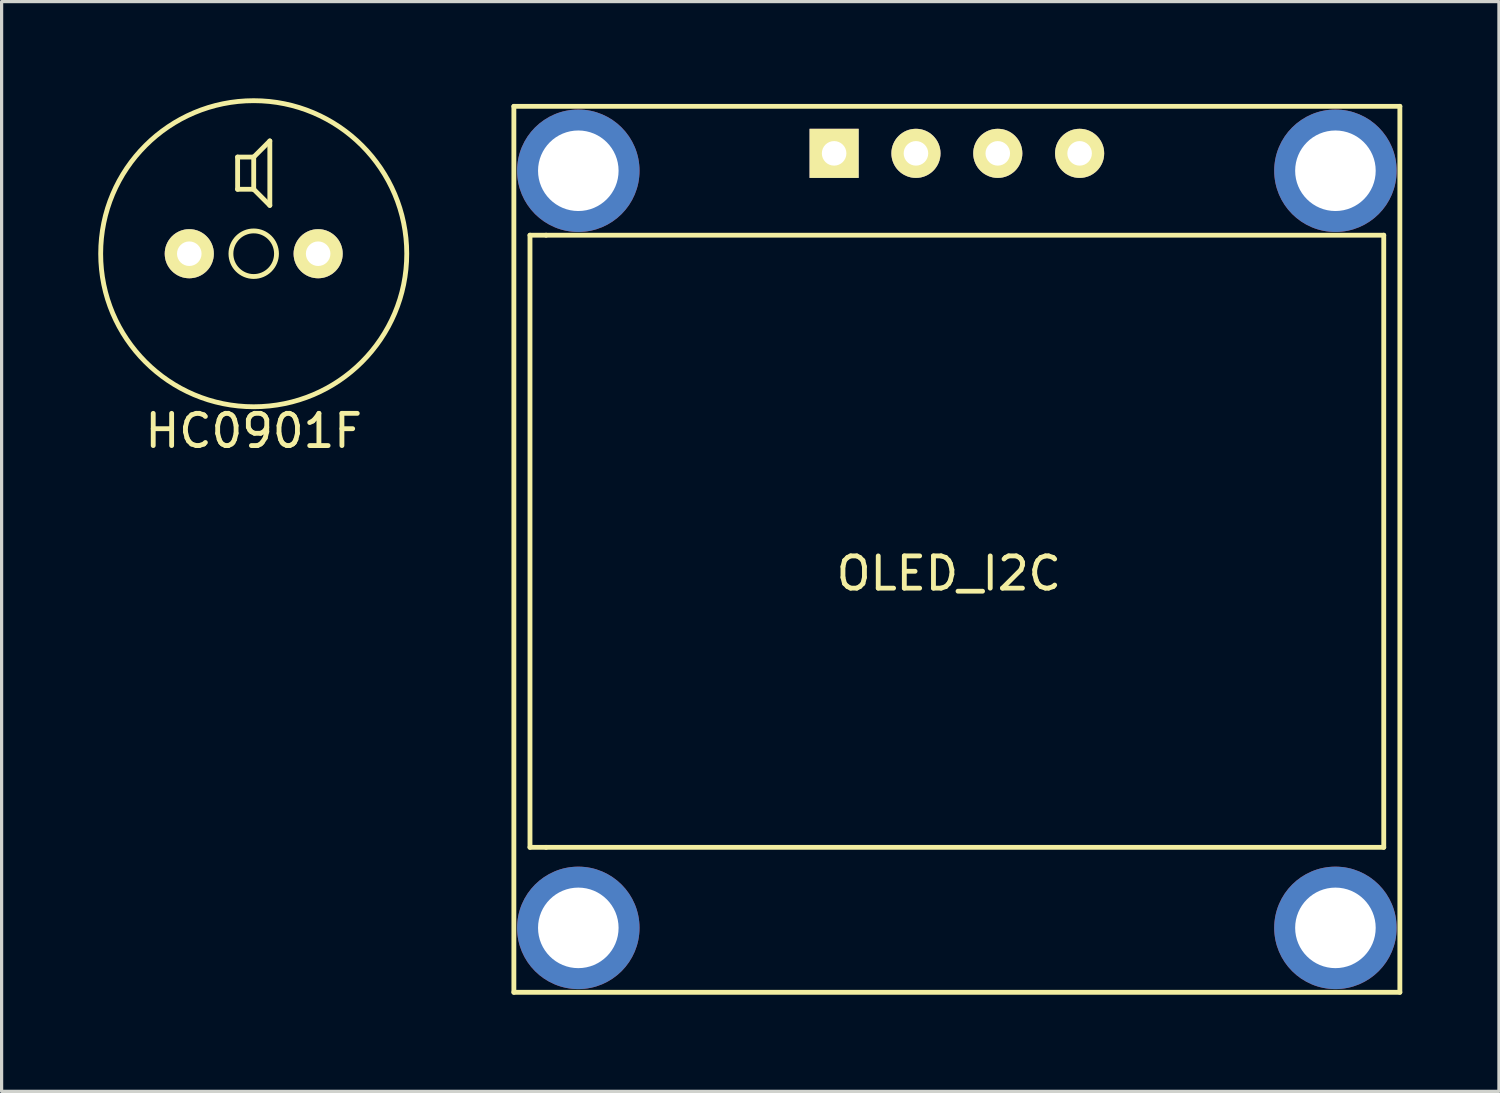
<source format=kicad_pcb>
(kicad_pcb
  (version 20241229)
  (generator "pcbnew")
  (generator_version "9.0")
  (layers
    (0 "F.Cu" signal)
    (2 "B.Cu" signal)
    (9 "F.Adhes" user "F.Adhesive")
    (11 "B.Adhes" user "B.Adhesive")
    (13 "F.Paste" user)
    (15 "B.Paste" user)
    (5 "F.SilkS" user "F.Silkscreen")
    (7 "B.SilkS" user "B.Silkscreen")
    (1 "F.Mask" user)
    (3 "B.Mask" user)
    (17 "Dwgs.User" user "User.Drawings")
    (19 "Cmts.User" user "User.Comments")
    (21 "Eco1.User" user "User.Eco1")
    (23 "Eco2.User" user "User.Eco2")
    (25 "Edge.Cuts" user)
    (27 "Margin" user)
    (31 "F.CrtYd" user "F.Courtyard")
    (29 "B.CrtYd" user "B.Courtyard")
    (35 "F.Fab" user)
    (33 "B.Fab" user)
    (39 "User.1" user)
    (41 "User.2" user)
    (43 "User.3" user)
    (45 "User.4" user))
  (footprint "OLED_I2C"
    (layer "F.Cu")
    (at 12.9 0.25)
    (property "Reference" "OLED_I2C" (at 13.5 14.5 0) (layer "F.SilkS") (effects (font (size 1 1) (thickness 0.15))))
    (attr through_hole)
    (fp_line (start 0 0) (end 27.5 0) (stroke (width 0.15) (type solid)) (layer "F.SilkS"))
    (fp_line (start 0 27.5) (end 0 0) (stroke (width 0.15) (type solid)) (layer "F.SilkS"))
    (fp_line (start 0.5 4) (end 0.5 23) (stroke (width 0.15) (type solid)) (layer "F.SilkS"))
    (fp_line (start 0.5 23) (end 1 23) (stroke (width 0.15) (type solid)) (layer "F.SilkS"))
    (fp_line (start 1 4) (end 0.5 4) (stroke (width 0.15) (type solid)) (layer "F.SilkS"))
    (fp_line (start 1 4) (end 27 4) (stroke (width 0.15) (type solid)) (layer "F.SilkS"))
    (fp_line (start 27 4) (end 27 23) (stroke (width 0.15) (type solid)) (layer "F.SilkS"))
    (fp_line (start 27 23) (end 1 23) (stroke (width 0.15) (type solid)) (layer "F.SilkS"))
    (fp_line (start 27.5 0) (end 27.5 27.5) (stroke (width 0.15) (type solid)) (layer "F.SilkS"))
    (fp_line (start 27.5 27.5) (end 0 27.5) (stroke (width 0.15) (type solid)) (layer "F.SilkS"))
    (pad "1" thru_hole circle (at 2 2) (size 3.8 3.8) (drill 2.5) (layers "*.Cu"))
    (pad "1" thru_hole circle (at 2 25.5) (size 3.8 3.8) (drill 2.5) (layers "*.Cu"))
    (pad "1" thru_hole rect (at 9.94 1.46) (size 1.524 1.524) (drill 0.762) (layers "*.Cu" "*.Mask" "F.SilkS"))
    (pad "1" thru_hole circle (at 25.5 2) (size 3.8 3.8) (drill 2.5) (layers "*.Cu"))
    (pad "1" thru_hole circle (at 25.5 25.5) (size 3.8 3.8) (drill 2.5) (layers "*.Cu"))
    (pad "2" thru_hole circle (at 12.48 1.46) (size 1.524 1.524) (drill 0.762) (layers "*.Cu" "*.Mask" "F.SilkS"))
    (pad "3" thru_hole circle (at 15.02 1.46) (size 1.524 1.524) (drill 0.762) (layers "*.Cu" "*.Mask" "F.SilkS"))
    (pad "4" thru_hole circle (at 17.56 1.46) (size 1.524 1.524) (drill 0.762) (layers "*.Cu" "*.Mask" "F.SilkS")))
  (footprint "HC0901F"
    (layer "F.Cu")
    (at 4.825 4.825)
    (property "Reference" "HC0901F" (at 0 5.5 0) (layer "F.SilkS") (effects (font (size 1 1) (thickness 0.15))))
    (attr through_hole)
    (fp_line (start -0.5 -3) (end -0.5 -2) (stroke (width 0.15) (type solid)) (layer "F.SilkS"))
    (fp_line (start -0.5 -2) (end 0 -2) (stroke (width 0.15) (type solid)) (layer "F.SilkS"))
    (fp_line (start 0 -3) (end -0.5 -3) (stroke (width 0.15) (type solid)) (layer "F.SilkS"))
    (fp_line (start 0 -3) (end 0.5 -3.5) (stroke (width 0.15) (type solid)) (layer "F.SilkS"))
    (fp_line (start 0 -2) (end 0 -3) (stroke (width 0.15) (type solid)) (layer "F.SilkS"))
    (fp_line (start 0.5 -3.5) (end 0.5 -1.5) (stroke (width 0.15) (type solid)) (layer "F.SilkS"))
    (fp_line (start 0.5 -1.5) (end 0 -2) (stroke (width 0.15) (type solid)) (layer "F.SilkS"))
    (fp_circle (center 0 0) (end 0.5 0.5) (stroke (width 0.15) (type solid)) (fill no) (layer "F.SilkS"))
    (fp_circle (center 0 0) (end 4.75 0) (stroke (width 0.15) (type solid)) (fill no) (layer "F.SilkS"))
    (pad "1" thru_hole circle (at -2 0) (size 1.524 1.524) (drill 0.762) (layers "*.Cu" "*.Mask" "F.SilkS"))
    (pad "2" thru_hole circle (at 2 0) (size 1.524 1.524) (drill 0.762) (layers "*.Cu" "*.Mask" "F.SilkS")))
  (gr_rect
    (start -3 -3)
    (end 43.475 30.825)
    (stroke (width 0.1) (type default))
    (fill no)
    (layer "Edge.Cuts")))
</source>
